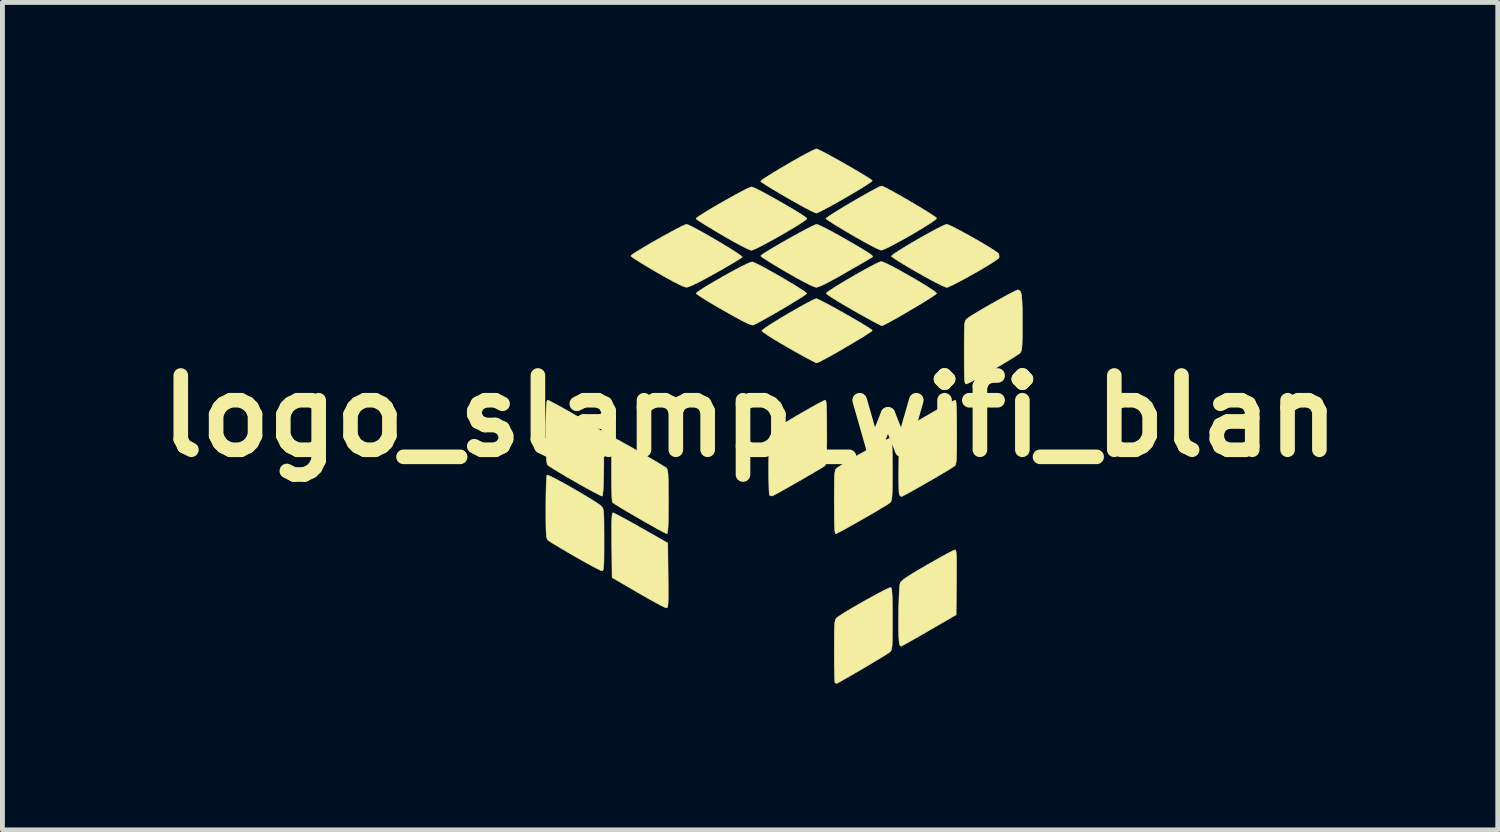
<source format=kicad_pcb>
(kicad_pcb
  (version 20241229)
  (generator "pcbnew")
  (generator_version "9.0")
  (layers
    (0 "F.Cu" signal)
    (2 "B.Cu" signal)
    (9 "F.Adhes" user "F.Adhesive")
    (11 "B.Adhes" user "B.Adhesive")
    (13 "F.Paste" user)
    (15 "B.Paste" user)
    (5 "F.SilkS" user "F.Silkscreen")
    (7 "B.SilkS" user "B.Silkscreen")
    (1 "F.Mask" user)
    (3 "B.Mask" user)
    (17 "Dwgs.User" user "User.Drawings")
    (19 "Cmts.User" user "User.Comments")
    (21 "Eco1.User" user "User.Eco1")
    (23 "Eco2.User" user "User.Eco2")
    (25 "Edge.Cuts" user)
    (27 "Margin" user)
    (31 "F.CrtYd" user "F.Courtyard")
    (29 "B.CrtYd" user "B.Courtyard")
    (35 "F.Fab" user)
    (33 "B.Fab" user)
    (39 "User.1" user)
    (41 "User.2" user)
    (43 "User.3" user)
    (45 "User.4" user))
  (footprint "logo_slamp_wifi_blan"
    (layer "F.Cu")
    (at 12.344 5.491)
    (property "Reference" "logo_slamp_wifi_blan" (at 0 0 0) (layer "F.SilkS") (effects (font (size 1.524 1.524) (thickness 0.3))))
    (attr through_hole)
    (fp_poly (pts (xy -2.783 1.995) (xy -2.716 2.029) (xy -2.616 2.082) (xy -2.493 2.149) (xy -2.35 2.229) (xy -2.235 2.294) (xy -1.689 2.605) (xy -1.682 3.271) (xy -1.68 3.472) (xy -1.68 3.628) (xy -1.68 3.745) (xy -1.683 3.828) (xy -1.687 3.883) (xy -1.694 3.915) (xy -1.704 3.931) (xy -1.716 3.935) (xy -1.72 3.935) (xy -1.754 3.922) (xy -1.825 3.887) (xy -1.926 3.833) (xy -2.052 3.764) (xy -2.194 3.683) (xy -2.299 3.623) (xy -2.832 3.312) (xy -2.839 2.647) (xy -2.841 2.438) (xy -2.841 2.274) (xy -2.839 2.153) (xy -2.835 2.067) (xy -2.829 2.014) (xy -2.821 1.987) (xy -2.813 1.982) (xy -2.783 1.995)) (stroke (width 0.01) (type solid)) (fill yes) (layer "F.SilkS"))
    (fp_poly (pts (xy 4.218 2.75) (xy 4.226 2.774) (xy 4.232 2.82) (xy 4.236 2.894) (xy 4.238 3) (xy 4.238 3.146) (xy 4.237 3.334) (xy 4.236 3.41) (xy 4.229 4.076) (xy 3.67 4.4) (xy 3.518 4.488) (xy 3.38 4.567) (xy 3.263 4.633) (xy 3.172 4.684) (xy 3.114 4.715) (xy 3.095 4.724) (xy 3.077 4.703) (xy 3.064 4.667) (xy 3.057 4.614) (xy 3.052 4.52) (xy 3.049 4.396) (xy 3.048 4.252) (xy 3.049 4.095) (xy 3.051 3.935) (xy 3.055 3.782) (xy 3.06 3.645) (xy 3.066 3.532) (xy 3.074 3.454) (xy 3.081 3.423) (xy 3.103 3.393) (xy 3.147 3.353) (xy 3.219 3.302) (xy 3.323 3.236) (xy 3.462 3.152) (xy 3.641 3.048) (xy 3.791 2.963) (xy 3.927 2.887) (xy 4.043 2.823) (xy 4.133 2.776) (xy 4.19 2.749) (xy 4.207 2.743) (xy 4.218 2.75)) (stroke (width 0.01) (type solid)) (fill yes) (layer "F.SilkS"))
    (fp_poly (pts (xy -1.266 -3.925) (xy -1.195 -3.891) (xy -1.096 -3.839) (xy -0.978 -3.774) (xy -0.847 -3.7) (xy -0.71 -3.62) (xy -0.574 -3.54) (xy -0.446 -3.462) (xy -0.334 -3.392) (xy -0.244 -3.334) (xy -0.184 -3.29) (xy -0.16 -3.267) (xy -0.16 -3.265) (xy -0.184 -3.246) (xy -0.246 -3.207) (xy -0.34 -3.15) (xy -0.459 -3.079) (xy -0.599 -2.999) (xy -0.7 -2.942) (xy -0.903 -2.83) (xy -1.065 -2.745) (xy -1.186 -2.686) (xy -1.268 -2.653) (xy -1.308 -2.645) (xy -1.36 -2.659) (xy -1.453 -2.701) (xy -1.585 -2.769) (xy -1.756 -2.862) (xy -1.918 -2.955) (xy -2.066 -3.042) (xy -2.198 -3.121) (xy -2.308 -3.19) (xy -2.39 -3.243) (xy -2.438 -3.278) (xy -2.448 -3.289) (xy -2.426 -3.311) (xy -2.366 -3.352) (xy -2.276 -3.408) (xy -2.163 -3.476) (xy -2.034 -3.552) (xy -1.896 -3.63) (xy -1.758 -3.708) (xy -1.625 -3.78) (xy -1.506 -3.844) (xy -1.408 -3.894) (xy -1.338 -3.926) (xy -1.304 -3.937) (xy -1.266 -3.925)) (stroke (width 0.01) (type solid)) (fill yes) (layer "F.SilkS"))
    (fp_poly (pts (xy 0.087 -3.151) (xy 0.164 -3.114) (xy 0.267 -3.06) (xy 0.388 -2.994) (xy 0.521 -2.919) (xy 0.658 -2.841) (xy 0.791 -2.762) (xy 0.915 -2.688) (xy 1.02 -2.622) (xy 1.101 -2.569) (xy 1.15 -2.532) (xy 1.162 -2.518) (xy 1.139 -2.497) (xy 1.08 -2.456) (xy 0.991 -2.399) (xy 0.879 -2.331) (xy 0.752 -2.254) (xy 0.617 -2.175) (xy 0.482 -2.096) (xy 0.353 -2.023) (xy 0.239 -1.959) (xy 0.146 -1.909) (xy 0.082 -1.878) (xy 0.062 -1.87) (xy 0.031 -1.873) (xy -0.027 -1.894) (xy -0.114 -1.934) (xy -0.235 -1.997) (xy -0.392 -2.084) (xy -0.547 -2.171) (xy -0.699 -2.259) (xy -0.836 -2.339) (xy -0.95 -2.41) (xy -1.037 -2.466) (xy -1.09 -2.504) (xy -1.105 -2.52) (xy -1.084 -2.543) (xy -1.024 -2.585) (xy -0.935 -2.643) (xy -0.822 -2.712) (xy -0.693 -2.787) (xy -0.556 -2.866) (xy -0.417 -2.943) (xy -0.284 -3.015) (xy -0.164 -3.077) (xy -0.065 -3.126) (xy 0.007 -3.157) (xy 0.043 -3.167) (xy 0.087 -3.151)) (stroke (width 0.01) (type solid)) (fill yes) (layer "F.SilkS"))
    (fp_poly (pts (xy 2.731 -3.162) (xy 2.806 -3.129) (xy 2.907 -3.078) (xy 3.028 -3.014) (xy 3.16 -2.941) (xy 3.298 -2.862) (xy 3.434 -2.783) (xy 3.56 -2.707) (xy 3.67 -2.638) (xy 3.757 -2.581) (xy 3.812 -2.54) (xy 3.83 -2.518) (xy 3.807 -2.498) (xy 3.747 -2.457) (xy 3.658 -2.4) (xy 3.546 -2.33) (xy 3.418 -2.253) (xy 3.282 -2.173) (xy 3.146 -2.093) (xy 3.016 -2.018) (xy 2.899 -1.953) (xy 2.803 -1.901) (xy 2.736 -1.867) (xy 2.704 -1.855) (xy 2.675 -1.867) (xy 2.609 -1.901) (xy 2.511 -1.953) (xy 2.388 -2.021) (xy 2.245 -2.1) (xy 2.12 -2.171) (xy 1.968 -2.259) (xy 1.831 -2.34) (xy 1.717 -2.41) (xy 1.63 -2.466) (xy 1.577 -2.504) (xy 1.562 -2.52) (xy 1.583 -2.542) (xy 1.642 -2.584) (xy 1.731 -2.642) (xy 1.843 -2.711) (xy 1.97 -2.788) (xy 2.106 -2.867) (xy 2.243 -2.946) (xy 2.374 -3.019) (xy 2.492 -3.082) (xy 2.589 -3.132) (xy 2.659 -3.164) (xy 2.691 -3.173) (xy 2.731 -3.162)) (stroke (width 0.01) (type solid)) (fill yes) (layer "F.SilkS"))
    (fp_poly (pts (xy 4.222 -0.314) (xy 4.23 -0.265) (xy 4.235 -0.177) (xy 4.239 -0.049) (xy 4.241 0.123) (xy 4.242 0.326) (xy 4.242 0.528) (xy 4.24 0.684) (xy 4.238 0.802) (xy 4.234 0.887) (xy 4.229 0.946) (xy 4.22 0.984) (xy 4.21 1.008) (xy 4.197 1.021) (xy 4.16 1.047) (xy 4.089 1.092) (xy 3.99 1.152) (xy 3.871 1.222) (xy 3.74 1.299) (xy 3.604 1.377) (xy 3.471 1.453) (xy 3.348 1.522) (xy 3.242 1.581) (xy 3.161 1.624) (xy 3.113 1.648) (xy 3.103 1.651) (xy 3.075 1.63) (xy 3.06 1.593) (xy 3.056 1.552) (xy 3.053 1.468) (xy 3.052 1.349) (xy 3.051 1.203) (xy 3.052 1.038) (xy 3.053 0.943) (xy 3.061 0.351) (xy 3.125 0.296) (xy 3.166 0.267) (xy 3.241 0.219) (xy 3.343 0.158) (xy 3.463 0.086) (xy 3.596 0.008) (xy 3.732 -0.07) (xy 3.864 -0.145) (xy 3.985 -0.213) (xy 4.088 -0.27) (xy 4.165 -0.309) (xy 4.207 -0.329) (xy 4.213 -0.33) (xy 4.222 -0.314)) (stroke (width 0.01) (type solid)) (fill yes) (layer "F.SilkS"))
    (fp_poly (pts (xy 0.069 -4.693) (xy 0.141 -4.66) (xy 0.241 -4.609) (xy 0.36 -4.544) (xy 0.493 -4.471) (xy 0.631 -4.393) (xy 0.767 -4.314) (xy 0.894 -4.239) (xy 1.005 -4.171) (xy 1.093 -4.115) (xy 1.149 -4.074) (xy 1.168 -4.055) (xy 1.147 -4.032) (xy 1.088 -3.99) (xy 0.999 -3.932) (xy 0.887 -3.863) (xy 0.758 -3.787) (xy 0.622 -3.708) (xy 0.483 -3.63) (xy 0.351 -3.558) (xy 0.232 -3.495) (xy 0.134 -3.445) (xy 0.063 -3.414) (xy 0.029 -3.404) (xy -0.014 -3.417) (xy -0.095 -3.454) (xy -0.208 -3.512) (xy -0.349 -3.589) (xy -0.512 -3.681) (xy -0.57 -3.715) (xy -0.718 -3.803) (xy -0.851 -3.883) (xy -0.963 -3.952) (xy -1.047 -4.006) (xy -1.098 -4.041) (xy -1.11 -4.053) (xy -1.092 -4.073) (xy -1.036 -4.113) (xy -0.949 -4.168) (xy -0.839 -4.236) (xy -0.712 -4.311) (xy -0.577 -4.389) (xy -0.439 -4.467) (xy -0.307 -4.54) (xy -0.187 -4.605) (xy -0.086 -4.657) (xy -0.011 -4.691) (xy 0.029 -4.705) (xy 0.031 -4.705) (xy 0.069 -4.693)) (stroke (width 0.01) (type solid)) (fill yes) (layer "F.SilkS"))
    (fp_poly (pts (xy 1.393 -2.399) (xy 1.463 -2.366) (xy 1.562 -2.315) (xy 1.681 -2.251) (xy 1.814 -2.178) (xy 1.953 -2.099) (xy 2.091 -2.02) (xy 2.221 -1.944) (xy 2.335 -1.876) (xy 2.426 -1.82) (xy 2.486 -1.779) (xy 2.508 -1.759) (xy 2.489 -1.74) (xy 2.433 -1.702) (xy 2.347 -1.646) (xy 2.237 -1.579) (xy 2.111 -1.503) (xy 1.976 -1.424) (xy 1.839 -1.344) (xy 1.707 -1.269) (xy 1.587 -1.202) (xy 1.486 -1.148) (xy 1.411 -1.11) (xy 1.37 -1.093) (xy 1.366 -1.092) (xy 1.336 -1.104) (xy 1.268 -1.139) (xy 1.169 -1.191) (xy 1.045 -1.259) (xy 0.903 -1.339) (xy 0.787 -1.404) (xy 0.622 -1.5) (xy 0.481 -1.585) (xy 0.368 -1.656) (xy 0.289 -1.71) (xy 0.247 -1.745) (xy 0.241 -1.753) (xy 0.262 -1.776) (xy 0.321 -1.818) (xy 0.409 -1.877) (xy 0.521 -1.946) (xy 0.647 -2.024) (xy 0.782 -2.104) (xy 0.919 -2.183) (xy 1.049 -2.257) (xy 1.165 -2.32) (xy 1.261 -2.37) (xy 1.329 -2.402) (xy 1.359 -2.411) (xy 1.393 -2.399)) (stroke (width 0.01) (type solid)) (fill yes) (layer "F.SilkS"))
    (fp_poly (pts (xy 2.733 -4.712) (xy 2.803 -4.678) (xy 2.9 -4.626) (xy 3.018 -4.56) (xy 3.149 -4.486) (xy 3.287 -4.406) (xy 3.422 -4.326) (xy 3.55 -4.249) (xy 3.662 -4.18) (xy 3.75 -4.123) (xy 3.808 -4.083) (xy 3.829 -4.063) (xy 3.81 -4.04) (xy 3.753 -3.997) (xy 3.666 -3.939) (xy 3.555 -3.869) (xy 3.428 -3.793) (xy 3.292 -3.713) (xy 3.154 -3.635) (xy 3.022 -3.562) (xy 2.902 -3.498) (xy 2.802 -3.448) (xy 2.728 -3.416) (xy 2.69 -3.406) (xy 2.652 -3.419) (xy 2.576 -3.454) (xy 2.471 -3.508) (xy 2.343 -3.578) (xy 2.198 -3.659) (xy 2.097 -3.717) (xy 1.949 -3.804) (xy 1.816 -3.884) (xy 1.704 -3.953) (xy 1.619 -4.008) (xy 1.569 -4.043) (xy 1.556 -4.055) (xy 1.575 -4.074) (xy 1.631 -4.113) (xy 1.718 -4.169) (xy 1.827 -4.237) (xy 1.953 -4.313) (xy 2.088 -4.393) (xy 2.225 -4.473) (xy 2.357 -4.548) (xy 2.477 -4.615) (xy 2.578 -4.669) (xy 2.653 -4.707) (xy 2.695 -4.724) (xy 2.698 -4.724) (xy 2.733 -4.712)) (stroke (width 0.01) (type solid)) (fill yes) (layer "F.SilkS"))
    (fp_poly (pts (xy -4.126 -0.318) (xy -4.057 -0.283) (xy -3.96 -0.231) (xy -3.841 -0.165) (xy -3.709 -0.091) (xy -3.571 -0.011) (xy -3.434 0.069) (xy -3.305 0.145) (xy -3.193 0.214) (xy -3.104 0.269) (xy -3.047 0.308) (xy -3.029 0.324) (xy -3.019 0.36) (xy -3.012 0.437) (xy -3.007 0.547) (xy -3.003 0.681) (xy -3.002 0.831) (xy -3.001 0.989) (xy -3.003 1.147) (xy -3.006 1.296) (xy -3.011 1.428) (xy -3.017 1.535) (xy -3.025 1.608) (xy -3.034 1.64) (xy -3.035 1.641) (xy -3.064 1.631) (xy -3.129 1.598) (xy -3.227 1.547) (xy -3.349 1.481) (xy -3.489 1.403) (xy -3.594 1.343) (xy -3.745 1.256) (xy -3.882 1.175) (xy -3.998 1.105) (xy -4.088 1.049) (xy -4.144 1.01) (xy -4.159 0.997) (xy -4.17 0.959) (xy -4.178 0.881) (xy -4.185 0.771) (xy -4.19 0.637) (xy -4.193 0.487) (xy -4.194 0.329) (xy -4.193 0.172) (xy -4.19 0.022) (xy -4.186 -0.11) (xy -4.179 -0.219) (xy -4.171 -0.294) (xy -4.161 -0.329) (xy -4.159 -0.33) (xy -4.126 -0.318)) (stroke (width 0.01) (type solid)) (fill yes) (layer "F.SilkS"))
    (fp_poly (pts (xy 1.399 -5.473) (xy 1.468 -5.439) (xy 1.566 -5.388) (xy 1.684 -5.323) (xy 1.817 -5.25) (xy 1.955 -5.171) (xy 2.093 -5.092) (xy 2.222 -5.017) (xy 2.335 -4.949) (xy 2.426 -4.893) (xy 2.486 -4.852) (xy 2.508 -4.833) (xy 2.49 -4.813) (xy 2.434 -4.774) (xy 2.347 -4.718) (xy 2.237 -4.65) (xy 2.111 -4.574) (xy 1.975 -4.495) (xy 1.837 -4.416) (xy 1.704 -4.341) (xy 1.583 -4.275) (xy 1.48 -4.221) (xy 1.404 -4.184) (xy 1.361 -4.167) (xy 1.357 -4.167) (xy 1.322 -4.18) (xy 1.25 -4.214) (xy 1.147 -4.268) (xy 1.021 -4.336) (xy 0.877 -4.417) (xy 0.77 -4.478) (xy 0.62 -4.565) (xy 0.485 -4.645) (xy 0.371 -4.715) (xy 0.285 -4.77) (xy 0.232 -4.806) (xy 0.218 -4.818) (xy 0.236 -4.838) (xy 0.291 -4.879) (xy 0.377 -4.935) (xy 0.486 -5.003) (xy 0.612 -5.079) (xy 0.747 -5.158) (xy 0.885 -5.238) (xy 1.017 -5.313) (xy 1.138 -5.379) (xy 1.241 -5.433) (xy 1.317 -5.469) (xy 1.361 -5.485) (xy 1.365 -5.486) (xy 1.399 -5.473)) (stroke (width 0.01) (type solid)) (fill yes) (layer "F.SilkS"))
    (fp_poly (pts (xy 1.404 -3.925) (xy 1.479 -3.89) (xy 1.583 -3.838) (xy 1.71 -3.77) (xy 1.854 -3.691) (xy 1.937 -3.643) (xy 2.122 -3.537) (xy 2.265 -3.453) (xy 2.372 -3.388) (xy 2.447 -3.34) (xy 2.493 -3.306) (xy 2.514 -3.283) (xy 2.514 -3.269) (xy 2.513 -3.268) (xy 2.489 -3.253) (xy 2.427 -3.216) (xy 2.333 -3.161) (xy 2.213 -3.092) (xy 2.074 -3.012) (xy 1.967 -2.95) (xy 1.768 -2.837) (xy 1.609 -2.751) (xy 1.489 -2.69) (xy 1.406 -2.655) (xy 1.358 -2.644) (xy 1.357 -2.644) (xy 1.309 -2.658) (xy 1.222 -2.697) (xy 1.1 -2.759) (xy 0.946 -2.843) (xy 0.765 -2.946) (xy 0.749 -2.955) (xy 0.601 -3.042) (xy 0.469 -3.121) (xy 0.359 -3.19) (xy 0.277 -3.243) (xy 0.229 -3.278) (xy 0.218 -3.289) (xy 0.24 -3.31) (xy 0.3 -3.351) (xy 0.39 -3.407) (xy 0.504 -3.475) (xy 0.632 -3.55) (xy 0.77 -3.628) (xy 0.909 -3.706) (xy 1.041 -3.778) (xy 1.161 -3.842) (xy 1.259 -3.892) (xy 1.33 -3.925) (xy 1.366 -3.937) (xy 1.404 -3.925)) (stroke (width 0.01) (type solid)) (fill yes) (layer "F.SilkS"))
    (fp_poly (pts (xy 4.076 -3.925) (xy 4.151 -3.89) (xy 4.253 -3.838) (xy 4.375 -3.773) (xy 4.508 -3.7) (xy 4.644 -3.623) (xy 4.777 -3.546) (xy 4.896 -3.474) (xy 4.996 -3.412) (xy 5.067 -3.363) (xy 5.102 -3.333) (xy 5.103 -3.331) (xy 5.112 -3.269) (xy 5.103 -3.246) (xy 5.073 -3.219) (xy 5.005 -3.172) (xy 4.909 -3.112) (xy 4.791 -3.041) (xy 4.66 -2.964) (xy 4.523 -2.887) (xy 4.389 -2.813) (xy 4.266 -2.747) (xy 4.161 -2.694) (xy 4.082 -2.657) (xy 4.038 -2.642) (xy 4.036 -2.642) (xy 3.997 -2.654) (xy 3.922 -2.688) (xy 3.816 -2.741) (xy 3.688 -2.809) (xy 3.543 -2.889) (xy 3.442 -2.946) (xy 3.293 -3.032) (xy 3.159 -3.111) (xy 3.047 -3.18) (xy 2.963 -3.235) (xy 2.913 -3.271) (xy 2.901 -3.283) (xy 2.92 -3.305) (xy 2.977 -3.346) (xy 3.064 -3.403) (xy 3.174 -3.472) (xy 3.301 -3.548) (xy 3.436 -3.627) (xy 3.574 -3.705) (xy 3.706 -3.778) (xy 3.825 -3.842) (xy 3.925 -3.893) (xy 3.998 -3.926) (xy 4.036 -3.937) (xy 4.076 -3.925)) (stroke (width 0.01) (type solid)) (fill yes) (layer "F.SilkS"))
    (fp_poly (pts (xy 2.904 0.475) (xy 2.911 0.557) (xy 2.917 0.688) (xy 2.92 0.867) (xy 2.921 1.094) (xy 2.921 1.291) (xy 2.92 1.444) (xy 2.917 1.559) (xy 2.913 1.642) (xy 2.907 1.699) (xy 2.898 1.736) (xy 2.887 1.759) (xy 2.876 1.772) (xy 2.842 1.797) (xy 2.772 1.841) (xy 2.674 1.9) (xy 2.556 1.971) (xy 2.424 2.047) (xy 2.286 2.126) (xy 2.15 2.204) (xy 2.023 2.275) (xy 1.913 2.335) (xy 1.826 2.381) (xy 1.771 2.408) (xy 1.755 2.413) (xy 1.746 2.395) (xy 1.738 2.338) (xy 1.733 2.24) (xy 1.729 2.099) (xy 1.728 1.911) (xy 1.727 1.765) (xy 1.727 1.565) (xy 1.729 1.41) (xy 1.731 1.293) (xy 1.735 1.209) (xy 1.741 1.15) (xy 1.749 1.112) (xy 1.76 1.087) (xy 1.772 1.073) (xy 1.812 1.043) (xy 1.885 0.996) (xy 1.986 0.934) (xy 2.106 0.863) (xy 2.238 0.787) (xy 2.375 0.71) (xy 2.51 0.635) (xy 2.636 0.567) (xy 2.744 0.51) (xy 2.828 0.469) (xy 2.88 0.446) (xy 2.894 0.444) (xy 2.904 0.475)) (stroke (width 0.01) (type solid)) (fill yes) (layer "F.SilkS"))
    (fp_poly (pts (xy -2.793 0.444) (xy -2.728 0.478) (xy -2.635 0.529) (xy -2.52 0.593) (xy -2.391 0.666) (xy -2.255 0.743) (xy -2.12 0.821) (xy -1.994 0.895) (xy -1.883 0.961) (xy -1.795 1.014) (xy -1.737 1.05) (xy -1.721 1.062) (xy -1.707 1.078) (xy -1.697 1.102) (xy -1.689 1.142) (xy -1.683 1.203) (xy -1.68 1.292) (xy -1.678 1.413) (xy -1.677 1.574) (xy -1.676 1.757) (xy -1.677 1.966) (xy -1.679 2.128) (xy -1.682 2.25) (xy -1.687 2.334) (xy -1.694 2.385) (xy -1.702 2.409) (xy -1.708 2.412) (xy -1.738 2.4) (xy -1.806 2.365) (xy -1.904 2.312) (xy -2.027 2.243) (xy -2.168 2.164) (xy -2.273 2.103) (xy -2.423 2.016) (xy -2.558 1.937) (xy -2.672 1.868) (xy -2.758 1.814) (xy -2.811 1.779) (xy -2.825 1.768) (xy -2.832 1.734) (xy -2.836 1.66) (xy -2.84 1.553) (xy -2.843 1.42) (xy -2.844 1.271) (xy -2.844 1.113) (xy -2.843 0.955) (xy -2.842 0.804) (xy -2.839 0.668) (xy -2.835 0.556) (xy -2.83 0.476) (xy -2.824 0.435) (xy -2.821 0.432) (xy -2.793 0.444)) (stroke (width 0.01) (type solid)) (fill yes) (layer "F.SilkS"))
    (fp_poly (pts (xy 1.555 -0.314) (xy 1.563 -0.265) (xy 1.568 -0.177) (xy 1.572 -0.049) (xy 1.574 0.123) (xy 1.575 0.326) (xy 1.575 0.528) (xy 1.573 0.684) (xy 1.571 0.802) (xy 1.567 0.887) (xy 1.562 0.946) (xy 1.554 0.984) (xy 1.543 1.007) (xy 1.53 1.021) (xy 1.497 1.043) (xy 1.427 1.086) (xy 1.328 1.144) (xy 1.209 1.214) (xy 1.077 1.291) (xy 0.94 1.369) (xy 0.806 1.446) (xy 0.683 1.515) (xy 0.578 1.573) (xy 0.5 1.615) (xy 0.456 1.637) (xy 0.454 1.638) (xy 0.411 1.633) (xy 0.397 1.612) (xy 0.392 1.575) (xy 0.388 1.495) (xy 0.385 1.382) (xy 0.383 1.242) (xy 0.382 1.084) (xy 0.382 1.046) (xy 0.384 0.839) (xy 0.389 0.677) (xy 0.397 0.552) (xy 0.411 0.456) (xy 0.431 0.384) (xy 0.458 0.328) (xy 0.493 0.282) (xy 0.495 0.28) (xy 0.528 0.255) (xy 0.597 0.21) (xy 0.693 0.15) (xy 0.81 0.08) (xy 0.939 0.003) (xy 1.072 -0.074) (xy 1.203 -0.149) (xy 1.323 -0.217) (xy 1.424 -0.272) (xy 1.5 -0.311) (xy 1.541 -0.329) (xy 1.546 -0.33) (xy 1.555 -0.314)) (stroke (width 0.01) (type solid)) (fill yes) (layer "F.SilkS"))
    (fp_poly (pts (xy -4.139 1.215) (xy -4.074 1.245) (xy -3.98 1.293) (xy -3.865 1.355) (xy -3.736 1.426) (xy -3.601 1.504) (xy -3.465 1.583) (xy -3.338 1.659) (xy -3.225 1.728) (xy -3.135 1.786) (xy -3.074 1.828) (xy -3.054 1.845) (xy -3.037 1.866) (xy -3.023 1.889) (xy -3.013 1.921) (xy -3.006 1.969) (xy -3.001 2.038) (xy -2.999 2.136) (xy -2.998 2.268) (xy -2.997 2.442) (xy -2.997 2.541) (xy -2.997 2.737) (xy -2.998 2.888) (xy -3 3) (xy -3.004 3.078) (xy -3.01 3.129) (xy -3.017 3.158) (xy -3.028 3.171) (xy -3.042 3.174) (xy -3.076 3.161) (xy -3.147 3.126) (xy -3.248 3.073) (xy -3.372 3.005) (xy -3.513 2.926) (xy -3.594 2.88) (xy -3.742 2.794) (xy -3.876 2.714) (xy -3.991 2.646) (xy -4.079 2.592) (xy -4.134 2.556) (xy -4.147 2.547) (xy -4.16 2.53) (xy -4.171 2.505) (xy -4.179 2.464) (xy -4.184 2.401) (xy -4.188 2.311) (xy -4.19 2.188) (xy -4.191 2.024) (xy -4.191 1.864) (xy -4.19 1.676) (xy -4.187 1.511) (xy -4.183 1.377) (xy -4.178 1.278) (xy -4.172 1.22) (xy -4.167 1.207) (xy -4.139 1.215)) (stroke (width 0.01) (type solid)) (fill yes) (layer "F.SilkS"))
    (fp_poly (pts (xy 2.898 3.53) (xy 2.907 3.566) (xy 2.913 3.629) (xy 2.917 3.725) (xy 2.92 3.858) (xy 2.921 4.034) (xy 2.921 4.16) (xy 2.921 4.356) (xy 2.92 4.506) (xy 2.918 4.619) (xy 2.915 4.7) (xy 2.909 4.756) (xy 2.901 4.793) (xy 2.889 4.817) (xy 2.873 4.835) (xy 2.864 4.844) (xy 2.831 4.867) (xy 2.763 4.91) (xy 2.667 4.969) (xy 2.551 5.039) (xy 2.422 5.116) (xy 2.287 5.195) (xy 2.154 5.273) (xy 2.03 5.345) (xy 1.922 5.406) (xy 1.838 5.453) (xy 1.786 5.481) (xy 1.771 5.486) (xy 1.747 5.472) (xy 1.744 5.469) (xy 1.739 5.44) (xy 1.735 5.368) (xy 1.732 5.258) (xy 1.729 5.119) (xy 1.728 4.958) (xy 1.727 4.825) (xy 1.728 4.627) (xy 1.729 4.475) (xy 1.731 4.36) (xy 1.736 4.277) (xy 1.742 4.22) (xy 1.751 4.182) (xy 1.763 4.157) (xy 1.772 4.145) (xy 1.808 4.116) (xy 1.88 4.068) (xy 1.979 4.006) (xy 2.098 3.935) (xy 2.23 3.859) (xy 2.368 3.781) (xy 2.503 3.706) (xy 2.629 3.638) (xy 2.737 3.581) (xy 2.822 3.54) (xy 2.874 3.518) (xy 2.887 3.516) (xy 2.898 3.53)) (stroke (width 0.01) (type solid)) (fill yes) (layer "F.SilkS"))
    (fp_poly (pts (xy 5.523 -2.585) (xy 5.545 -2.564) (xy 5.562 -2.522) (xy 5.574 -2.455) (xy 5.581 -2.356) (xy 5.586 -2.22) (xy 5.588 -2.041) (xy 5.588 -1.922) (xy 5.588 -1.735) (xy 5.586 -1.592) (xy 5.583 -1.486) (xy 5.578 -1.411) (xy 5.571 -1.36) (xy 5.56 -1.326) (xy 5.546 -1.303) (xy 5.544 -1.299) (xy 5.509 -1.272) (xy 5.438 -1.225) (xy 5.339 -1.163) (xy 5.22 -1.091) (xy 5.087 -1.012) (xy 4.949 -0.933) (xy 4.814 -0.856) (xy 4.688 -0.786) (xy 4.579 -0.727) (xy 4.496 -0.685) (xy 4.445 -0.663) (xy 4.435 -0.66) (xy 4.422 -0.665) (xy 4.413 -0.682) (xy 4.405 -0.718) (xy 4.4 -0.779) (xy 4.397 -0.869) (xy 4.395 -0.995) (xy 4.394 -1.161) (xy 4.394 -1.304) (xy 4.394 -1.501) (xy 4.395 -1.654) (xy 4.397 -1.768) (xy 4.4 -1.851) (xy 4.406 -1.908) (xy 4.414 -1.946) (xy 4.425 -1.971) (xy 4.44 -1.989) (xy 4.451 -1.999) (xy 4.493 -2.03) (xy 4.569 -2.079) (xy 4.671 -2.141) (xy 4.792 -2.212) (xy 4.924 -2.288) (xy 5.058 -2.364) (xy 5.187 -2.436) (xy 5.303 -2.499) (xy 5.399 -2.548) (xy 5.465 -2.581) (xy 5.495 -2.591) (xy 5.523 -2.585)) (stroke (width 0.01) (type solid)) (fill yes) (layer "F.SilkS")))
  (gr_rect
    (start -3 -3)
    (end 27.689 13.982)
    (stroke (width 0.1) (type default))
    (fill no)
    (layer "Edge.Cuts")))
</source>
